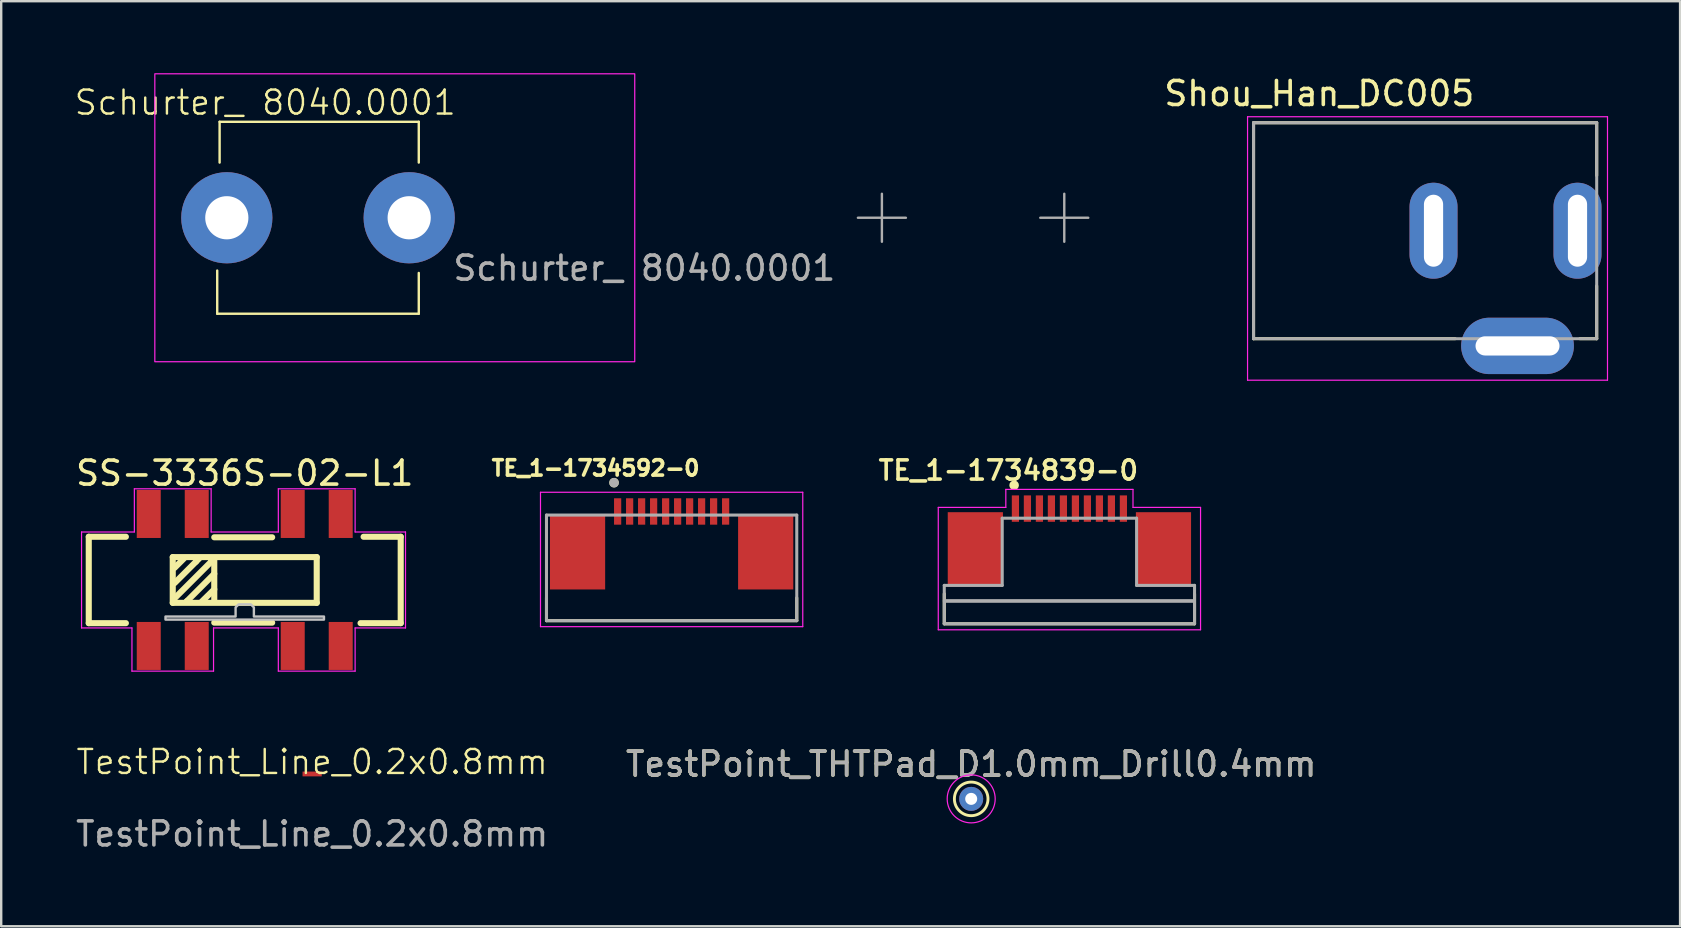
<source format=kicad_pcb>
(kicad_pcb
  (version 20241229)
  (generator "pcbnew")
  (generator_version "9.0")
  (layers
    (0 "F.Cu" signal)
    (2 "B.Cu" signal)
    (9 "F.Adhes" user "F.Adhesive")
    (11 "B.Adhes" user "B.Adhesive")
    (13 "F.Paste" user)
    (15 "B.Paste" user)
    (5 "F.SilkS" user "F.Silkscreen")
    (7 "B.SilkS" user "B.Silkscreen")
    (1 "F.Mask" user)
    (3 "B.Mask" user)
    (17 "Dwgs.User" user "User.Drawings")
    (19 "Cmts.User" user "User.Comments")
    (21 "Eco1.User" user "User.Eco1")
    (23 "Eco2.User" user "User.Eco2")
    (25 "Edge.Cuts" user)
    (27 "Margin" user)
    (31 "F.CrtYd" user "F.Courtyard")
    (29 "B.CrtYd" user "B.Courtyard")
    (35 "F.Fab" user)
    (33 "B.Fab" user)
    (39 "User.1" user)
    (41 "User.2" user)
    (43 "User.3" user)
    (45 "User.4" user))
  (footprint "TestPoint_Line_0.2x0.8mm"
    (layer "F.Cu")
    (at 9.958 29.204)
    (property "Reference" "TestPoint_Line_0.2x0.8mm" (at 0 -0.5 0) (unlocked yes) (layer "F.SilkS") (effects (font (size 1 1) (thickness 0.1))))
    (attr smd)
    (fp_poly (pts (xy -0.4 -0.1) (xy 0.4 -0.1) (xy 0.4 0.1) (xy -0.4 0.1)) (stroke (width 0.1) (type solid)) (fill yes) (layer "F.Mask"))
    (fp_text user "${REFERENCE}" (at 0 2.5 0) (unlocked yes) (layer "F.Fab") (effects (font (size 1 1) (thickness 0.15))))
    (pad "1" smd custom (at 0 0) (size 0.8 0.2) (layers "F.Cu" "F.Mask" "F.Paste") (options (anchor rect)) (primitives)))
  (footprint "Shou_Han_DC005"
    (layer "F.Cu")
    (at 60.19 6.565)
    (property "Reference" "Shou_Han_DC005" (at -8.26 -5.717 0) (layer "F.SilkS") (effects (font (size 1 1) (thickness 0.15))))
    (attr through_hole)
    (fp_line (start -11 -4.5) (end 3.3 -4.5) (stroke (width 0.127) (type solid)) (layer "F.SilkS"))
    (fp_line (start -11 4.5) (end -11 -4.5) (stroke (width 0.127) (type solid)) (layer "F.SilkS"))
    (fp_line (start -2.6 4.5) (end -11 4.5) (stroke (width 0.127) (type solid)) (layer "F.SilkS"))
    (fp_line (start 3.3 -4.5) (end 3.3 -2.3) (stroke (width 0.127) (type solid)) (layer "F.SilkS"))
    (fp_line (start 3.3 2.3) (end 3.3 4.5) (stroke (width 0.127) (type solid)) (layer "F.SilkS"))
    (fp_line (start 3.3 4.5) (end 2.6 4.5) (stroke (width 0.127) (type solid)) (layer "F.SilkS"))
    (fp_line (start -11.25 -4.75) (end 3.75 -4.75) (stroke (width 0.05) (type solid)) (layer "F.CrtYd"))
    (fp_line (start -11.25 6.23) (end -11.25 -4.75) (stroke (width 0.05) (type solid)) (layer "F.CrtYd"))
    (fp_line (start 3.75 -4.75) (end 3.75 6.23) (stroke (width 0.05) (type solid)) (layer "F.CrtYd"))
    (fp_line (start 3.75 6.23) (end -11.25 6.23) (stroke (width 0.05) (type solid)) (layer "F.CrtYd"))
    (fp_line (start -11 -4.5) (end 3.3 -4.5) (stroke (width 0.127) (type solid)) (layer "F.Fab"))
    (fp_line (start -11 4.5) (end -11 -4.5) (stroke (width 0.127) (type solid)) (layer "F.Fab"))
    (fp_line (start 3.3 -4.5) (end 3.3 4.5) (stroke (width 0.127) (type solid)) (layer "F.Fab"))
    (fp_line (start 3.3 4.5) (end -11 4.5) (stroke (width 0.127) (type solid)) (layer "F.Fab"))
    (pad "1" thru_hole oval (at 2.5 0) (size 2 4) (drill oval 0.8 3) (layers "*.Cu" "*.Mask"))
    (pad "2" thru_hole oval (at 0 4.8) (size 4.7 2.35) (drill oval 3.5 0.8) (layers "*.Cu" "*.Mask"))
    (pad "3" thru_hole oval (at -3.5 0) (size 2 4) (drill oval 0.8 3) (layers "*.Cu" "*.Mask")))
  (footprint "Schurter_ 8040.0001"
    (layer "F.Cu")
    (at 6.402 6.025)
    (property "Reference" "Schurter_ 8040.0001" (at 1.6 -4.8 0) (unlocked yes) (layer "F.SilkS") (effects (font (size 1 1) (thickness 0.1))))
    (attr through_hole)
    (fp_line (start -0.4 2.2) (end -0.4 4) (stroke (width 0.1) (type default)) (layer "F.SilkS"))
    (fp_line (start -0.4 4) (end 8 4) (stroke (width 0.1) (type default)) (layer "F.SilkS"))
    (fp_line (start -0.3 -4) (end -0.3 -2.3) (stroke (width 0.1) (type default)) (layer "F.SilkS"))
    (fp_line (start -0.3 -4) (end 8 -4) (stroke (width 0.1) (type default)) (layer "F.SilkS"))
    (fp_line (start 8 -4) (end 8 -2.3) (stroke (width 0.1) (type default)) (layer "F.SilkS"))
    (fp_line (start 8 4) (end 8 2.3) (stroke (width 0.1) (type default)) (layer "F.SilkS"))
    (fp_rect (start -3 -6) (end 17 6) (stroke (width 0.05) (type default)) (fill no) (layer "F.CrtYd"))
    (fp_line (start 27.3 -1) (end 27.3 1) (stroke (width 0.1) (type default)) (layer "F.Fab"))
    (fp_line (start 28.3 0) (end 26.3 0) (stroke (width 0.1) (type default)) (layer "F.Fab"))
    (fp_line (start 34.9 -1) (end 34.9 1) (stroke (width 0.1) (type default)) (layer "F.Fab"))
    (fp_line (start 35.9 0) (end 33.9 0) (stroke (width 0.1) (type default)) (layer "F.Fab"))
    (fp_text user "${REFERENCE}" (at 17.4 2.1 0) (unlocked yes) (layer "F.Fab") (effects (font (size 1 1) (thickness 0.15))))
    (pad "1" thru_hole circle (at 0 0) (size 3.8 3.8) (drill 1.8) (layers "*.Cu" "*.Mask"))
    (pad "1" thru_hole circle (at 7.6 0) (size 3.8 3.8) (drill 1.8) (layers "*.Cu" "*.Mask")))
  (footprint "TE_1-1734592-0"
    (layer "F.Cu")
    (at 24.939 18.265)
    (property "Reference" "TE_1-1734592-0" (at -3.168 -1.806 0) (layer "F.SilkS") (effects (font (size 0.64 0.64) (thickness 0.15))))
    (attr smd)
    (fp_line (start -5.215 4.55) (end -5.215 3.6) (stroke (width 0.127) (type solid)) (layer "F.SilkS"))
    (fp_line (start -5.215 4.55) (end 5.215 4.55) (stroke (width 0.127) (type solid)) (layer "F.SilkS"))
    (fp_line (start 5.215 4.55) (end 5.215 3.6) (stroke (width 0.127) (type solid)) (layer "F.SilkS"))
    (fp_circle (center -2.4 -1.2) (end -2.3 -1.2) (stroke (width 0.2) (type solid)) (fill no) (layer "F.SilkS"))
    (fp_line (start -5.465 -0.8) (end -5.465 4.8) (stroke (width 0.05) (type solid)) (layer "F.CrtYd"))
    (fp_line (start -5.465 4.8) (end 5.465 4.8) (stroke (width 0.05) (type solid)) (layer "F.CrtYd"))
    (fp_line (start 5.465 -0.8) (end -5.465 -0.8) (stroke (width 0.05) (type solid)) (layer "F.CrtYd"))
    (fp_line (start 5.465 4.8) (end 5.465 -0.8) (stroke (width 0.05) (type solid)) (layer "F.CrtYd"))
    (fp_line (start -5.215 0.15) (end -5.215 4.55) (stroke (width 0.127) (type solid)) (layer "F.Fab"))
    (fp_line (start -5.215 4.55) (end 5.215 4.55) (stroke (width 0.127) (type solid)) (layer "F.Fab"))
    (fp_line (start 5.215 0.15) (end -5.215 0.15) (stroke (width 0.127) (type solid)) (layer "F.Fab"))
    (fp_line (start 5.215 4.55) (end 5.215 0.15) (stroke (width 0.127) (type solid)) (layer "F.Fab"))
    (fp_circle (center -2.4 -1.2) (end -2.3 -1.2) (stroke (width 0.2) (type solid)) (fill no) (layer "F.Fab"))
    (pad "1" smd rect (at -2.25 0 270) (size 1.1 0.3) (layers "F.Cu" "F.Mask" "F.Paste"))
    (pad "2" smd rect (at -1.75 0 270) (size 1.1 0.3) (layers "F.Cu" "F.Mask" "F.Paste"))
    (pad "3" smd rect (at -1.25 0 270) (size 1.1 0.3) (layers "F.Cu" "F.Mask" "F.Paste"))
    (pad "4" smd rect (at -0.75 0 270) (size 1.1 0.3) (layers "F.Cu" "F.Mask" "F.Paste"))
    (pad "5" smd rect (at -0.25 0 270) (size 1.1 0.3) (layers "F.Cu" "F.Mask" "F.Paste"))
    (pad "6" smd rect (at 0.25 0 270) (size 1.1 0.3) (layers "F.Cu" "F.Mask" "F.Paste"))
    (pad "7" smd rect (at 0.75 0 270) (size 1.1 0.3) (layers "F.Cu" "F.Mask" "F.Paste"))
    (pad "8" smd rect (at 1.25 0 270) (size 1.1 0.3) (layers "F.Cu" "F.Mask" "F.Paste"))
    (pad "9" smd rect (at 1.75 0 270) (size 1.1 0.3) (layers "F.Cu" "F.Mask" "F.Paste"))
    (pad "10" smd rect (at 2.25 0 270) (size 1.1 0.3) (layers "F.Cu" "F.Mask" "F.Paste"))
    (pad "MP" smd rect (at -3.92 1.7 90) (size 3.1 2.3) (layers "F.Cu" "F.Mask" "F.Paste"))
    (pad "MP" smd rect (at 3.92 1.7 90) (size 3.1 2.3) (layers "F.Cu" "F.Mask" "F.Paste")))
  (footprint "TestPoint_THTPad_D1.0mm_Drill0.4mm"
    (layer "F.Cu")
    (at 37.423 30.242)
    (property "Reference" "TestPoint_THTPad_D1.0mm_Drill0.4mm" (at 0 -1.448 0) (layer "F.SilkS") (effects (font (size 1 1) (thickness 0.15))))
    (attr exclude_from_pos_files exclude_from_bom)
    (fp_circle (center 0 0) (end 0 0.7) (stroke (width 0.12) (type solid)) (fill no) (layer "F.SilkS"))
    (fp_circle (center 0 0) (end 1 0) (stroke (width 0.05) (type solid)) (fill no) (layer "F.CrtYd"))
    (fp_text user "${REFERENCE}" (at 0 -1.45 0) (layer "F.Fab") (effects (font (size 1 1) (thickness 0.15))))
    (pad "1" thru_hole circle (at 0 0) (size 1 1) (drill 0.5) (layers "*.Cu" "*.Mask")))
  (footprint "SS-3336S-02-L1"
    (layer "F.Cu")
    (at 7.149 21.119)
    (property "Reference" "SS-3336S-02-L1" (at 0 -4.45 0) (layer "F.SilkS") (effects (font (size 1 1) (thickness 0.15))))
    (fp_line (start -6.5 -1.8) (end -6.5 1.8) (stroke (width 0.254) (type default)) (layer "F.SilkS"))
    (fp_line (start -6.5 1.8) (end -4.953 1.8) (stroke (width 0.254) (type default)) (layer "F.SilkS"))
    (fp_line (start -4.953 -1.8) (end -6.5 -1.8) (stroke (width 0.254) (type default)) (layer "F.SilkS"))
    (fp_line (start -3 -0.953) (end 3 -0.953) (stroke (width 0.254) (type default)) (layer "F.SilkS"))
    (fp_line (start -3 0.953) (end -3 -0.953) (stroke (width 0.254) (type default)) (layer "F.SilkS"))
    (fp_line (start -2.54 -0.889) (end -2.921 -0.508) (stroke (width 0.254) (type default)) (layer "F.SilkS"))
    (fp_line (start -2.413 0.886) (end -1.27 -0.257) (stroke (width 0.254) (type default)) (layer "F.SilkS"))
    (fp_line (start -2.413 0.889) (end -2.413 0.886) (stroke (width 0.254) (type default)) (layer "F.SilkS"))
    (fp_line (start -2.032 -0.762) (end -2.921 0.127) (stroke (width 0.254) (type default)) (layer "F.SilkS"))
    (fp_line (start -1.905 -0.889) (end -2.032 -0.762) (stroke (width 0.254) (type default)) (layer "F.SilkS"))
    (fp_line (start -1.778 0.889) (end -1.27 0.392) (stroke (width 0.254) (type default)) (layer "F.SilkS"))
    (fp_line (start -1.397 -0.889) (end -1.397 -0.762) (stroke (width 0.254) (type default)) (layer "F.SilkS"))
    (fp_line (start -1.397 -0.762) (end -2.921 0.762) (stroke (width 0.254) (type default)) (layer "F.SilkS"))
    (fp_line (start -1.27 -1.778) (end 1.143 -1.778) (stroke (width 0.254) (type default)) (layer "F.SilkS"))
    (fp_line (start -1.27 -0.889) (end -1.27 0.889) (stroke (width 0.254) (type default)) (layer "F.SilkS"))
    (fp_line (start -1.27 1.778) (end 1.143 1.778) (stroke (width 0.254) (type default)) (layer "F.SilkS"))
    (fp_line (start 3 -0.953) (end 3 0.953) (stroke (width 0.254) (type default)) (layer "F.SilkS"))
    (fp_line (start 3 0.953) (end -3 0.953) (stroke (width 0.254) (type default)) (layer "F.SilkS"))
    (fp_line (start 4.953 -1.8) (end 6.5 -1.8) (stroke (width 0.254) (type default)) (layer "F.SilkS"))
    (fp_line (start 6.5 -1.8) (end 6.5 1.8) (stroke (width 0.254) (type default)) (layer "F.SilkS"))
    (fp_line (start 6.5 1.8) (end 4.826 1.8) (stroke (width 0.254) (type default)) (layer "F.SilkS"))
    (fp_poly (pts (xy 3.302 1.651) (xy -3.302 1.651) (xy -3.302 1.524) (xy -0.381 1.524) (xy -0.381 1.143) (xy -0.254 1.016) (xy 0 1.016) (xy 0.254 1.016) (xy 0.381 1.143) (xy 0.381 1.524) (xy 3.302 1.524)) (stroke (width 0.1) (type default)) (fill no) (layer "Dwgs.User"))
    (fp_line (start -6.8 -2) (end -4.6 -2) (stroke (width 0.05) (type default)) (layer "F.CrtYd"))
    (fp_line (start -6.8 2) (end -6.8 -2) (stroke (width 0.05) (type default)) (layer "F.CrtYd"))
    (fp_line (start -4.7 2) (end -6.8 2) (stroke (width 0.05) (type default)) (layer "F.CrtYd"))
    (fp_line (start -4.7 3.8) (end -4.7 2) (stroke (width 0.05) (type default)) (layer "F.CrtYd"))
    (fp_line (start -4.6 -3.8) (end -1.4 -3.8) (stroke (width 0.05) (type default)) (layer "F.CrtYd"))
    (fp_line (start -4.6 -2) (end -4.6 -3.8) (stroke (width 0.05) (type default)) (layer "F.CrtYd"))
    (fp_line (start -1.4 -3.8) (end -1.4 -2) (stroke (width 0.05) (type default)) (layer "F.CrtYd"))
    (fp_line (start -1.4 -2) (end 1.4 -2) (stroke (width 0.05) (type default)) (layer "F.CrtYd"))
    (fp_line (start -1.3 2) (end -1.3 3.8) (stroke (width 0.05) (type default)) (layer "F.CrtYd"))
    (fp_line (start -1.3 3.8) (end -4.7 3.8) (stroke (width 0.05) (type default)) (layer "F.CrtYd"))
    (fp_line (start 1.4 -3.8) (end 4.6 -3.8) (stroke (width 0.05) (type default)) (layer "F.CrtYd"))
    (fp_line (start 1.4 -2) (end 1.4 -3.8) (stroke (width 0.05) (type default)) (layer "F.CrtYd"))
    (fp_line (start 1.4 2) (end -1.3 2) (stroke (width 0.05) (type default)) (layer "F.CrtYd"))
    (fp_line (start 1.4 3.8) (end 1.4 2) (stroke (width 0.05) (type default)) (layer "F.CrtYd"))
    (fp_line (start 4.6 -2) (end 4.6 -3.8) (stroke (width 0.05) (type default)) (layer "F.CrtYd"))
    (fp_line (start 4.6 -2) (end 6.7 -2) (stroke (width 0.05) (type default)) (layer "F.CrtYd"))
    (fp_line (start 4.6 2) (end 4.6 3.8) (stroke (width 0.05) (type default)) (layer "F.CrtYd"))
    (fp_line (start 4.6 3.8) (end 1.4 3.8) (stroke (width 0.05) (type default)) (layer "F.CrtYd"))
    (fp_line (start 6.7 -2) (end 6.7 2) (stroke (width 0.05) (type default)) (layer "F.CrtYd"))
    (fp_line (start 6.7 2) (end 4.6 2) (stroke (width 0.05) (type default)) (layer "F.CrtYd"))
    (fp_poly (pts (xy -4.3 -2.7) (xy -4.3 -3.55) (xy -3.7 -3.55) (xy -3.7 -2.7)) (stroke (width 0.1) (type default)) (fill no) (layer "User.1"))
    (fp_poly (pts (xy -4.3 -1.74) (xy -4.3 -2.75) (xy -3.7 -2.75) (xy -3.7 -1.74)) (stroke (width 0.1) (type default)) (fill no) (layer "User.1"))
    (fp_poly (pts (xy -3.7 1.74) (xy -3.7 2.75) (xy -4.3 2.75) (xy -4.3 1.74)) (stroke (width 0.1) (type default)) (fill no) (layer "User.1"))
    (fp_poly (pts (xy -3.7 2.7) (xy -3.7 3.55) (xy -4.3 3.55) (xy -4.3 2.7)) (stroke (width 0.1) (type default)) (fill no) (layer "User.1"))
    (fp_poly (pts (xy -2.3 -2.7) (xy -2.3 -3.55) (xy -1.7 -3.55) (xy -1.7 -2.7)) (stroke (width 0.1) (type default)) (fill no) (layer "User.1"))
    (fp_poly (pts (xy -2.3 -1.74) (xy -2.3 -2.75) (xy -1.7 -2.75) (xy -1.7 -1.74)) (stroke (width 0.1) (type default)) (fill no) (layer "User.1"))
    (fp_poly (pts (xy -1.7 1.74) (xy -1.7 2.75) (xy -2.3 2.75) (xy -2.3 1.74)) (stroke (width 0.1) (type default)) (fill no) (layer "User.1"))
    (fp_poly (pts (xy -1.7 2.7) (xy -1.7 3.55) (xy -2.3 3.55) (xy -2.3 2.7)) (stroke (width 0.1) (type default)) (fill no) (layer "User.1"))
    (fp_poly (pts (xy 1.7 -2.7) (xy 1.7 -3.55) (xy 2.3 -3.55) (xy 2.3 -2.7)) (stroke (width 0.1) (type default)) (fill no) (layer "User.1"))
    (fp_poly (pts (xy 1.7 -1.74) (xy 1.7 -2.75) (xy 2.3 -2.75) (xy 2.3 -1.74)) (stroke (width 0.1) (type default)) (fill no) (layer "User.1"))
    (fp_poly (pts (xy 2.3 1.74) (xy 2.3 2.75) (xy 1.7 2.75) (xy 1.7 1.74)) (stroke (width 0.1) (type default)) (fill no) (layer "User.1"))
    (fp_poly (pts (xy 2.3 2.7) (xy 2.3 3.55) (xy 1.7 3.55) (xy 1.7 2.7)) (stroke (width 0.1) (type default)) (fill no) (layer "User.1"))
    (fp_poly (pts (xy 3.7 -2.7) (xy 3.7 -3.55) (xy 4.3 -3.55) (xy 4.3 -2.7)) (stroke (width 0.1) (type default)) (fill no) (layer "User.1"))
    (fp_poly (pts (xy 3.7 -1.74) (xy 3.7 -2.75) (xy 4.3 -2.75) (xy 4.3 -1.74)) (stroke (width 0.1) (type default)) (fill no) (layer "User.1"))
    (fp_poly (pts (xy 4.3 1.74) (xy 4.3 2.75) (xy 3.7 2.75) (xy 3.7 1.74)) (stroke (width 0.1) (type default)) (fill no) (layer "User.1"))
    (fp_poly (pts (xy 4.3 2.7) (xy 4.3 3.55) (xy 3.7 3.55) (xy 3.7 2.7)) (stroke (width 0.1) (type default)) (fill no) (layer "User.1"))
    (fp_line (start -6.5 -1.75) (end 6.5 -1.75) (stroke (width 0.051) (type default)) (layer "User.2"))
    (fp_line (start -6.5 1.75) (end -6.5 -1.75) (stroke (width 0.051) (type default)) (layer "User.2"))
    (fp_line (start 6.5 -1.75) (end 6.5 1.75) (stroke (width 0.051) (type default)) (layer "User.2"))
    (fp_line (start 6.5 1.75) (end -6.5 1.75) (stroke (width 0.051) (type default)) (layer "User.2"))
    (fp_poly (pts (xy -6.445 -3.573) (xy -6.477 -3.605) (xy -6.523 -3.605) (xy -6.555 -3.573) (xy -6.555 -3.527) (xy -6.523 -3.495) (xy -6.477 -3.495) (xy -6.445 -3.527)) (stroke (width 0.1) (type default)) (fill no) (layer "User.3"))
    (pad "1" smd rect (at -4 -2.75) (size 1 2) (layers "F.Cu" "F.Mask" "F.Paste"))
    (pad "2" smd rect (at -2 -2.75) (size 1 2) (layers "F.Cu" "F.Mask" "F.Paste"))
    (pad "3" smd rect (at 2 -2.75) (size 1 2) (layers "F.Cu" "F.Mask" "F.Paste"))
    (pad "4" smd rect (at 4 -2.75) (size 1 2) (layers "F.Cu" "F.Mask" "F.Paste"))
    (pad "5" smd rect (at -4 2.75) (size 1 2) (layers "F.Cu" "F.Mask" "F.Paste"))
    (pad "6" smd rect (at -2 2.75) (size 1 2) (layers "F.Cu" "F.Mask" "F.Paste"))
    (pad "7" smd rect (at 2 2.75) (size 1 2) (layers "F.Cu" "F.Mask" "F.Paste"))
    (pad "8" smd rect (at 4 2.75) (size 1 2) (layers "F.Cu" "F.Mask" "F.Paste")))
  (footprint "TE_1-1734839-0"
    (layer "F.Cu")
    (at 41.516 20.495)
    (property "Reference" "TE_1-1734839-0" (at -2.544 -3.943 0) (layer "F.SilkS") (effects (font (size 0.801 0.801) (thickness 0.15))))
    (attr smd)
    (fp_line (start -5.215 2.45) (end -5.215 1.2) (stroke (width 0.127) (type solid)) (layer "F.SilkS"))
    (fp_line (start 5.215 1.2) (end 5.215 2.45) (stroke (width 0.127) (type solid)) (layer "F.SilkS"))
    (fp_line (start 5.215 2.45) (end -5.215 2.45) (stroke (width 0.127) (type solid)) (layer "F.SilkS"))
    (fp_circle (center -2.304 -3.323) (end -2.204 -3.323) (stroke (width 0.2) (type solid)) (fill no) (layer "F.SilkS"))
    (fp_line (start -5.465 -2.4) (end -5.465 2.7) (stroke (width 0.05) (type solid)) (layer "F.CrtYd"))
    (fp_line (start -5.465 2.7) (end 5.465 2.7) (stroke (width 0.05) (type solid)) (layer "F.CrtYd"))
    (fp_line (start -2.65 -3.15) (end -2.65 -2.4) (stroke (width 0.05) (type solid)) (layer "F.CrtYd"))
    (fp_line (start -2.65 -2.4) (end -5.465 -2.4) (stroke (width 0.05) (type solid)) (layer "F.CrtYd"))
    (fp_line (start 2.65 -3.15) (end -2.65 -3.15) (stroke (width 0.05) (type solid)) (layer "F.CrtYd"))
    (fp_line (start 2.65 -2.4) (end 2.65 -3.15) (stroke (width 0.05) (type solid)) (layer "F.CrtYd"))
    (fp_line (start 5.465 -2.4) (end 2.65 -2.4) (stroke (width 0.05) (type solid)) (layer "F.CrtYd"))
    (fp_line (start 5.465 2.7) (end 5.465 -2.4) (stroke (width 0.05) (type solid)) (layer "F.CrtYd"))
    (fp_line (start -5.215 0.85) (end -2.8 0.85) (stroke (width 0.127) (type solid)) (layer "F.Fab"))
    (fp_line (start -5.215 2.45) (end -5.215 0.85) (stroke (width 0.127) (type solid)) (layer "F.Fab"))
    (fp_line (start -5.2 1.5) (end 5.2 1.5) (stroke (width 0.152) (type solid)) (layer "F.Fab"))
    (fp_line (start -2.8 -1.95) (end 2.8 -1.95) (stroke (width 0.127) (type solid)) (layer "F.Fab"))
    (fp_line (start -2.8 0.85) (end -2.8 -1.95) (stroke (width 0.127) (type solid)) (layer "F.Fab"))
    (fp_line (start 2.8 -1.95) (end 2.8 0.85) (stroke (width 0.127) (type solid)) (layer "F.Fab"))
    (fp_line (start 2.8 0.85) (end 5.215 0.85) (stroke (width 0.127) (type solid)) (layer "F.Fab"))
    (fp_line (start 5.215 0.85) (end 5.215 2.45) (stroke (width 0.127) (type solid)) (layer "F.Fab"))
    (fp_line (start 5.215 2.45) (end -5.215 2.45) (stroke (width 0.127) (type solid)) (layer "F.Fab"))
    (pad "1" smd rect (at -2.25 -2.35) (size 0.3 1.1) (layers "F.Cu" "F.Mask" "F.Paste"))
    (pad "2" smd rect (at -1.75 -2.35) (size 0.3 1.1) (layers "F.Cu" "F.Mask" "F.Paste"))
    (pad "3" smd rect (at -1.25 -2.35) (size 0.3 1.1) (layers "F.Cu" "F.Mask" "F.Paste"))
    (pad "4" smd rect (at -0.75 -2.35) (size 0.3 1.1) (layers "F.Cu" "F.Mask" "F.Paste"))
    (pad "5" smd rect (at -0.25 -2.35) (size 0.3 1.1) (layers "F.Cu" "F.Mask" "F.Paste"))
    (pad "6" smd rect (at 0.25 -2.35) (size 0.3 1.1) (layers "F.Cu" "F.Mask" "F.Paste"))
    (pad "7" smd rect (at 0.75 -2.35) (size 0.3 1.1) (layers "F.Cu" "F.Mask" "F.Paste"))
    (pad "8" smd rect (at 1.25 -2.35) (size 0.3 1.1) (layers "F.Cu" "F.Mask" "F.Paste"))
    (pad "9" smd rect (at 1.75 -2.35) (size 0.3 1.1) (layers "F.Cu" "F.Mask" "F.Paste"))
    (pad "10" smd rect (at 2.25 -2.35) (size 0.3 1.1) (layers "F.Cu" "F.Mask" "F.Paste"))
    (pad "MP" smd rect (at -3.92 -0.65) (size 2.3 3.1) (layers "F.Cu" "F.Mask" "F.Paste"))
    (pad "MP" smd rect (at 3.92 -0.65) (size 2.3 3.1) (layers "F.Cu" "F.Mask" "F.Paste")))
  (gr_rect
    (start -3 -3)
    (end 66.965 35.552)
    (stroke (width 0.1) (type default))
    (fill no)
    (layer "Edge.Cuts")))
</source>
